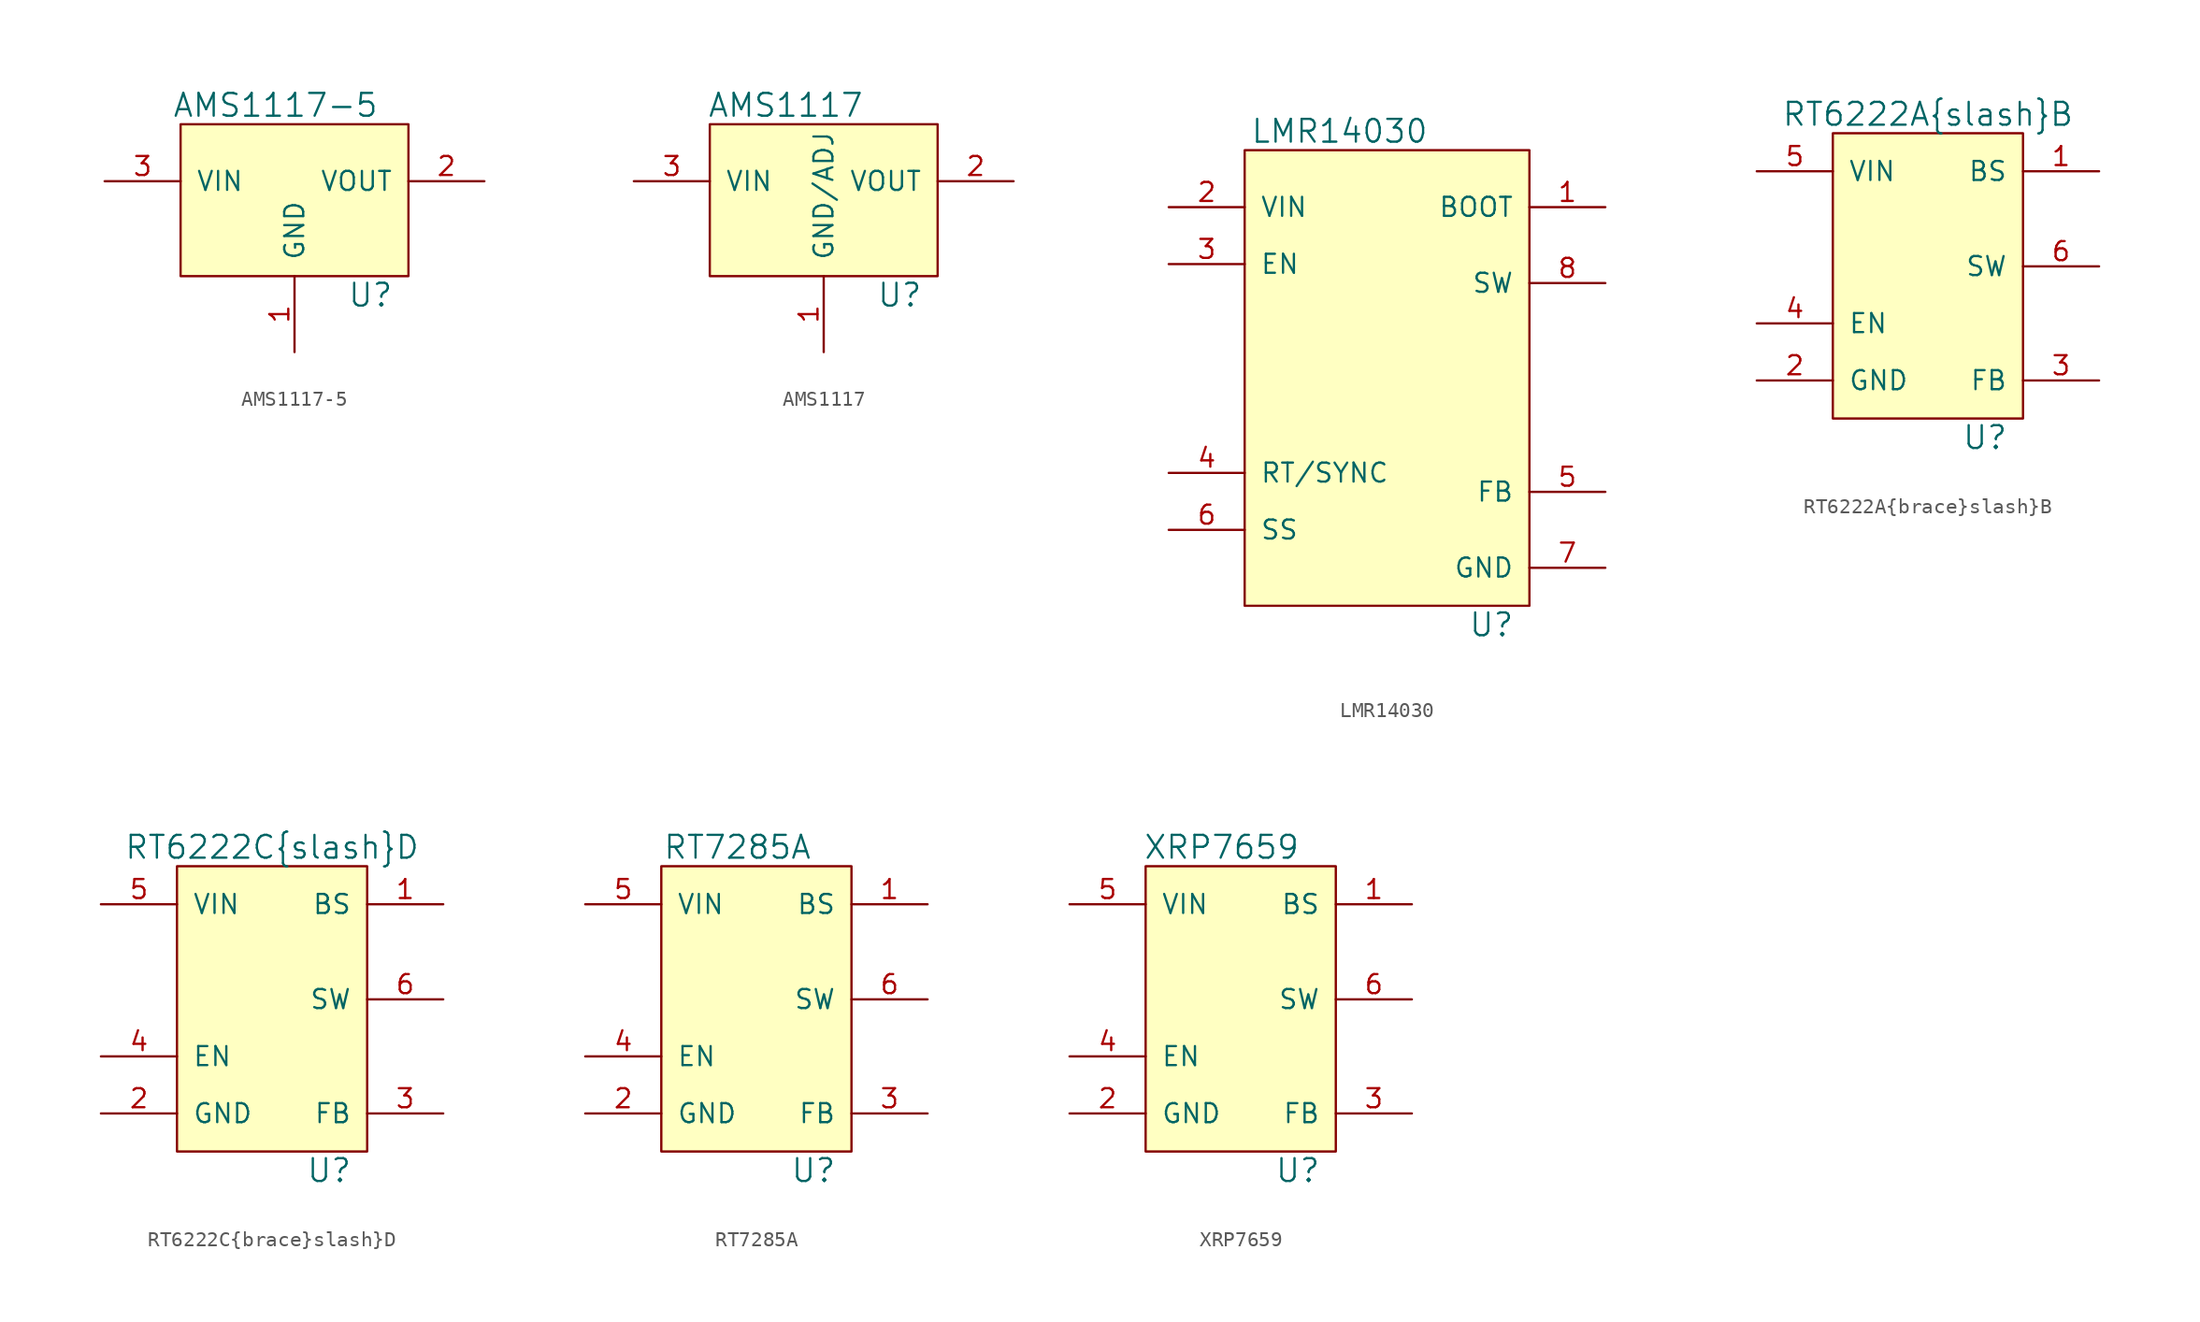
<source format=kicad_sym>
(kicad_symbol_lib
  (version 20211014)
  (generator kicad_symbol_editor)
  (symbol "AMS1117-5"
    (pin_names
      (offset 1.016))
    (property "Reference" "U"
      (at 5.08 -6.35 0)
      (effects (font (size 1.524 1.524))))
    (property "Value" "AMS1117-5"
      (at -1.27 6.35 0)
      (effects (font (size 1.524 1.524))))
    (symbol "AMS1117-5_0_1"
      (rectangle (start -7.62 5.08) (end 7.62 -5.08) (stroke (width 0) (type default) (color 0 0 0 0)) (fill (type background))))
    (symbol "AMS1117-5_1_1"
      (pin input line (at 0 -10.16 90) (length 5.08) (name "GND" (effects (font (size 1.27 1.27)))) (number "1" (effects (font (size 1.27 1.27)))))
      (pin power_out line (at 12.7 1.27 180) (length 5.08) (name "VOUT" (effects (font (size 1.27 1.27)))) (number "2" (effects (font (size 1.27 1.27)))))
      (pin power_in line (at -12.7 1.27 0) (length 5.08) (name "VIN" (effects (font (size 1.27 1.27)))) (number "3" (effects (font (size 1.27 1.27)))))))
  (symbol "AMS1117"
    (pin_names
      (offset 1.016))
    (property "Reference" "U"
      (at 5.08 -6.35 0)
      (effects (font (size 1.524 1.524))))
    (property "Value" "AMS1117"
      (at -2.54 6.35 0)
      (effects (font (size 1.524 1.524))))
    (symbol "AMS1117_0_1"
      (rectangle (start -7.62 5.08) (end 7.62 -5.08) (stroke (width 0) (type default) (color 0 0 0 0)) (fill (type background))))
    (symbol "AMS1117_1_1"
      (pin input line (at 0 -10.16 90) (length 5.08) (name "GND/ADJ" (effects (font (size 1.27 1.27)))) (number "1" (effects (font (size 1.27 1.27)))))
      (pin power_out line (at 12.7 1.27 180) (length 5.08) (name "VOUT" (effects (font (size 1.27 1.27)))) (number "2" (effects (font (size 1.27 1.27)))))
      (pin power_in line (at -12.7 1.27 0) (length 5.08) (name "VIN" (effects (font (size 1.27 1.27)))) (number "3" (effects (font (size 1.27 1.27)))))))
  (symbol "LMR14030"
    (pin_names
      (offset 1.016))
    (property "Reference" "U"
      (at 7.62 -17.78 0)
      (effects (font (size 1.524 1.524))))
    (property "Value" "LMR14030"
      (at -2.54 15.24 0)
      (effects (font (size 1.524 1.524))))
    (symbol "LMR14030_0_1"
      (rectangle (start 10.16 13.97) (end -8.89 -16.51) (stroke (width 0) (type default) (color 0 0 0 0)) (fill (type background))))
    (symbol "LMR14030_1_1"
      (pin input line (at 15.24 10.16 180) (length 5.08) (name "BOOT" (effects (font (size 1.27 1.27)))) (number "1" (effects (font (size 1.27 1.27)))))
      (pin power_in line (at -13.97 10.16 0) (length 5.08) (name "VIN" (effects (font (size 1.27 1.27)))) (number "2" (effects (font (size 1.27 1.27)))))
      (pin input line (at -13.97 6.35 0) (length 5.08) (name "EN" (effects (font (size 1.27 1.27)))) (number "3" (effects (font (size 1.27 1.27)))))
      (pin input line (at -13.97 -7.62 0) (length 5.08) (name "RT/SYNC" (effects (font (size 1.27 1.27)))) (number "4" (effects (font (size 1.27 1.27)))))
      (pin input line (at 15.24 -8.89 180) (length 5.08) (name "FB" (effects (font (size 1.27 1.27)))) (number "5" (effects (font (size 1.27 1.27)))))
      (pin input line (at -13.97 -11.43 0) (length 5.08) (name "SS" (effects (font (size 1.27 1.27)))) (number "6" (effects (font (size 1.27 1.27)))))
      (pin input line (at 15.24 -13.97 180) (length 5.08) (name "GND" (effects (font (size 1.27 1.27)))) (number "7" (effects (font (size 1.27 1.27)))))
      (pin input line (at 15.24 5.08 180) (length 5.08) (name "SW" (effects (font (size 1.27 1.27)))) (number "8" (effects (font (size 1.27 1.27)))))))
  (symbol "RT6222A{brace}slash}B"
    (pin_names
      (offset 1.016))
    (property "Reference" "U"
      (at 3.81 -11.43 0)
      (effects (font (size 1.524 1.524))))
    (property "Value" "RT6222A{brace}slash}B"
      (at 0 10.16 0)
      (effects (font (size 1.524 1.524))))
    (symbol "RT6222A{brace}slash}B_0_1"
      (rectangle (start -6.35 8.89) (end 6.35 -10.16) (stroke (width 0) (type default) (color 0 0 0 0)) (fill (type background))))
    (symbol "RT6222A{brace}slash}B_1_1"
      (pin input line (at 11.43 6.35 180) (length 5.08) (name "BS" (effects (font (size 1.27 1.27)))) (number "1" (effects (font (size 1.27 1.27)))))
      (pin input line (at -11.43 -7.62 0) (length 5.08) (name "GND" (effects (font (size 1.27 1.27)))) (number "2" (effects (font (size 1.27 1.27)))))
      (pin input line (at 11.43 -7.62 180) (length 5.08) (name "FB" (effects (font (size 1.27 1.27)))) (number "3" (effects (font (size 1.27 1.27)))))
      (pin input line (at -11.43 -3.81 0) (length 5.08) (name "EN" (effects (font (size 1.27 1.27)))) (number "4" (effects (font (size 1.27 1.27)))))
      (pin power_in line (at -11.43 6.35 0) (length 5.08) (name "VIN" (effects (font (size 1.27 1.27)))) (number "5" (effects (font (size 1.27 1.27)))))
      (pin power_out line (at 11.43 0 180) (length 5.08) (name "SW" (effects (font (size 1.27 1.27)))) (number "6" (effects (font (size 1.27 1.27)))))))
  (symbol "RT6222C{brace}slash}D"
    (pin_names
      (offset 1.016))
    (property "Reference" "U"
      (at 3.81 -11.43 0)
      (effects (font (size 1.524 1.524))))
    (property "Value" "RT6222C{brace}slash}D"
      (at 0 10.16 0)
      (effects (font (size 1.524 1.524))))
    (symbol "RT6222C{brace}slash}D_0_1"
      (rectangle (start -6.35 8.89) (end 6.35 -10.16) (stroke (width 0) (type default) (color 0 0 0 0)) (fill (type background))))
    (symbol "RT6222C{brace}slash}D_1_1"
      (pin input line (at 11.43 6.35 180) (length 5.08) (name "BS" (effects (font (size 1.27 1.27)))) (number "1" (effects (font (size 1.27 1.27)))))
      (pin power_in line (at -11.43 -7.62 0) (length 5.08) (name "GND" (effects (font (size 1.27 1.27)))) (number "2" (effects (font (size 1.27 1.27)))))
      (pin input line (at 11.43 -7.62 180) (length 5.08) (name "FB" (effects (font (size 1.27 1.27)))) (number "3" (effects (font (size 1.27 1.27)))))
      (pin input line (at -11.43 -3.81 0) (length 5.08) (name "EN" (effects (font (size 1.27 1.27)))) (number "4" (effects (font (size 1.27 1.27)))))
      (pin power_in line (at -11.43 6.35 0) (length 5.08) (name "VIN" (effects (font (size 1.27 1.27)))) (number "5" (effects (font (size 1.27 1.27)))))
      (pin power_out line (at 11.43 0 180) (length 5.08) (name "SW" (effects (font (size 1.27 1.27)))) (number "6" (effects (font (size 1.27 1.27)))))))
  (symbol "RT7285A"
    (pin_names
      (offset 1.016))
    (property "Reference" "U"
      (at 3.81 -11.43 0)
      (effects (font (size 1.524 1.524))))
    (property "Value" "RT7285A"
      (at -1.27 10.16 0)
      (effects (font (size 1.524 1.524))))
    (symbol "RT7285A_0_1"
      (rectangle (start -6.35 8.89) (end 6.35 -10.16) (stroke (width 0) (type default) (color 0 0 0 0)) (fill (type background))))
    (symbol "RT7285A_1_1"
      (pin input line (at 11.43 6.35 180) (length 5.08) (name "BS" (effects (font (size 1.27 1.27)))) (number "1" (effects (font (size 1.27 1.27)))))
      (pin input line (at -11.43 -7.62 0) (length 5.08) (name "GND" (effects (font (size 1.27 1.27)))) (number "2" (effects (font (size 1.27 1.27)))))
      (pin input line (at 11.43 -7.62 180) (length 5.08) (name "FB" (effects (font (size 1.27 1.27)))) (number "3" (effects (font (size 1.27 1.27)))))
      (pin input line (at -11.43 -3.81 0) (length 5.08) (name "EN" (effects (font (size 1.27 1.27)))) (number "4" (effects (font (size 1.27 1.27)))))
      (pin power_in line (at -11.43 6.35 0) (length 5.08) (name "VIN" (effects (font (size 1.27 1.27)))) (number "5" (effects (font (size 1.27 1.27)))))
      (pin power_out line (at 11.43 0 180) (length 5.08) (name "SW" (effects (font (size 1.27 1.27)))) (number "6" (effects (font (size 1.27 1.27)))))))
  (symbol "XRP7659"
    (pin_names
      (offset 1.016))
    (property "Reference" "U"
      (at 3.81 -11.43 0)
      (effects (font (size 1.524 1.524))))
    (property "Value" "XRP7659"
      (at -1.27 10.16 0)
      (effects (font (size 1.524 1.524))))
    (symbol "XRP7659_0_1"
      (rectangle (start -6.35 8.89) (end 6.35 -10.16) (stroke (width 0) (type default) (color 0 0 0 0)) (fill (type background))))
    (symbol "XRP7659_1_1"
      (pin input line (at 11.43 6.35 180) (length 5.08) (name "BS" (effects (font (size 1.27 1.27)))) (number "1" (effects (font (size 1.27 1.27)))))
      (pin input line (at -11.43 -7.62 0) (length 5.08) (name "GND" (effects (font (size 1.27 1.27)))) (number "2" (effects (font (size 1.27 1.27)))))
      (pin input line (at 11.43 -7.62 180) (length 5.08) (name "FB" (effects (font (size 1.27 1.27)))) (number "3" (effects (font (size 1.27 1.27)))))
      (pin input line (at -11.43 -3.81 0) (length 5.08) (name "EN" (effects (font (size 1.27 1.27)))) (number "4" (effects (font (size 1.27 1.27)))))
      (pin power_in line (at -11.43 6.35 0) (length 5.08) (name "VIN" (effects (font (size 1.27 1.27)))) (number "5" (effects (font (size 1.27 1.27)))))
      (pin power_out line (at 11.43 0 180) (length 5.08) (name "SW" (effects (font (size 1.27 1.27)))) (number "6" (effects (font (size 1.27 1.27))))))))
</source>
